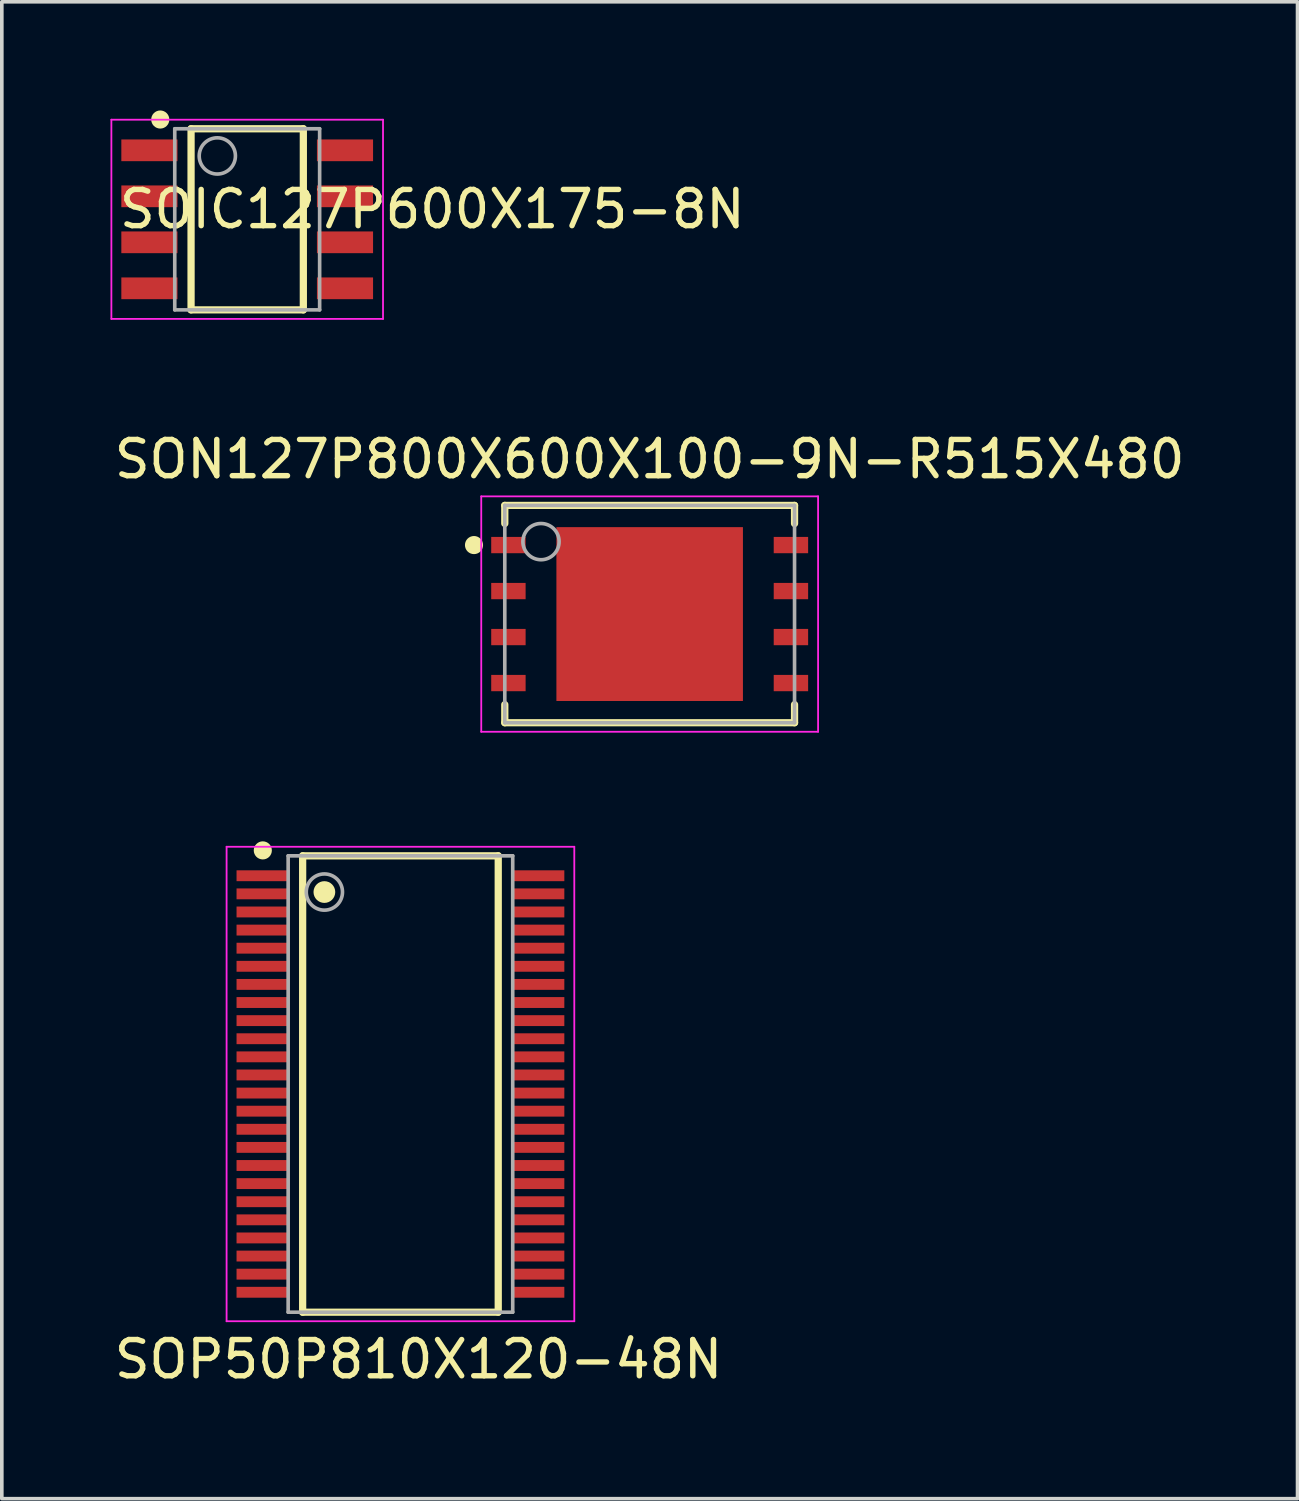
<source format=kicad_pcb>
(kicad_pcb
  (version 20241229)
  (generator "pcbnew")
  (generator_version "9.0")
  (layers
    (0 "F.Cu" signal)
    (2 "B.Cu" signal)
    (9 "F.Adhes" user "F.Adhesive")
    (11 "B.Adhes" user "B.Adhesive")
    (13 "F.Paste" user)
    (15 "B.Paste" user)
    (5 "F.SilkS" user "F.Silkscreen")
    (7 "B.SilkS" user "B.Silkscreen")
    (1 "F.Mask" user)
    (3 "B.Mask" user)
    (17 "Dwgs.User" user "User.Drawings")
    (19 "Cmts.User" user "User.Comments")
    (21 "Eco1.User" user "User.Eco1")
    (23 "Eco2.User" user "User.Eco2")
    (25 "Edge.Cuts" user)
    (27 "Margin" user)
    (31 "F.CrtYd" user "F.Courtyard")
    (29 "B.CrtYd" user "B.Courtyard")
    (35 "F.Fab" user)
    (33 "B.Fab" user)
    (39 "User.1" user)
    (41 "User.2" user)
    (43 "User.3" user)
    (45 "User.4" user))
  (footprint "SON127P800X600X100-9N-R515X480"
    (layer "F.Cu")
    (at 14.887 13.904)
    (property "Reference" "SON127P800X600X100-9N-R515X480" (at 0 -4.276 0) (layer "F.SilkS") (effects (font (size 1 1) (thickness 0.15))))
    (attr smd)
    (fp_line (start -4 -3) (end 4 -3) (stroke (width 0.2) (type solid)) (layer "F.SilkS"))
    (fp_line (start -4 -2.5) (end -4 -3) (stroke (width 0.2) (type solid)) (layer "F.SilkS"))
    (fp_line (start -4 3) (end -4 2.5) (stroke (width 0.2) (type solid)) (layer "F.SilkS"))
    (fp_line (start -4 3) (end 4 3) (stroke (width 0.2) (type solid)) (layer "F.SilkS"))
    (fp_line (start 4 -2.5) (end 4 -3) (stroke (width 0.2) (type solid)) (layer "F.SilkS"))
    (fp_line (start 4 3) (end 4 2.5) (stroke (width 0.2) (type solid)) (layer "F.SilkS"))
    (fp_circle (center -4.85 -1.905) (end -4.725 -1.905) (stroke (width 0.25) (type solid)) (fill no) (layer "F.SilkS"))
    (fp_line (start -4.65 -3.25) (end 4.65 -3.25) (stroke (width 0.05) (type solid)) (layer "F.CrtYd"))
    (fp_line (start -4.65 3.25) (end -4.65 -3.25) (stroke (width 0.05) (type solid)) (layer "F.CrtYd"))
    (fp_line (start -4.65 3.25) (end 4.65 3.25) (stroke (width 0.05) (type solid)) (layer "F.CrtYd"))
    (fp_line (start 4.65 3.25) (end 4.65 -3.25) (stroke (width 0.05) (type solid)) (layer "F.CrtYd"))
    (fp_line (start -4 -3) (end 4 -3) (stroke (width 0.1) (type solid)) (layer "F.Fab"))
    (fp_line (start -4 3) (end -4 -3) (stroke (width 0.1) (type solid)) (layer "F.Fab"))
    (fp_line (start -4 3) (end 4 3) (stroke (width 0.1) (type solid)) (layer "F.Fab"))
    (fp_line (start 4 3) (end 4 -3) (stroke (width 0.1) (type solid)) (layer "F.Fab"))
    (fp_circle (center -3 -2) (end -2.5 -2) (stroke (width 0.1) (type solid)) (fill no) (layer "F.Fab"))
    (pad "1" smd rect (at -3.9 -1.905) (size 0.95 0.45) (layers "F.Cu" "F.Mask" "F.Paste"))
    (pad "2" smd rect (at -3.9 -0.635) (size 0.95 0.45) (layers "F.Cu" "F.Mask" "F.Paste"))
    (pad "3" smd rect (at -3.9 0.635) (size 0.95 0.45) (layers "F.Cu" "F.Mask" "F.Paste"))
    (pad "4" smd rect (at -3.9 1.905) (size 0.95 0.45) (layers "F.Cu" "F.Mask" "F.Paste"))
    (pad "5" smd rect (at 3.9 1.905) (size 0.95 0.45) (layers "F.Cu" "F.Mask" "F.Paste"))
    (pad "6" smd rect (at 3.9 0.635) (size 0.95 0.45) (layers "F.Cu" "F.Mask" "F.Paste"))
    (pad "7" smd rect (at 3.9 -0.635) (size 0.95 0.45) (layers "F.Cu" "F.Mask" "F.Paste"))
    (pad "8" smd rect (at 3.9 -1.905) (size 0.95 0.45) (layers "F.Cu" "F.Mask" "F.Paste"))
    (pad "9" smd rect (at 0 0) (size 5.15 4.8) (layers "F.Cu" "F.Mask" "F.Paste")))
  (footprint "SOP50P810X120-48N"
    (layer "F.Cu")
    (at 8.006 26.879)
    (property "Reference" "SOP50P810X120-48N" (at 0.5 7.6 0) (layer "F.SilkS") (effects (font (size 1 1) (thickness 0.15))))
    (attr smd)
    (fp_line (start -2.7 -6.3) (end 2.7 -6.3) (stroke (width 0.2) (type solid)) (layer "F.SilkS"))
    (fp_line (start -2.7 6.3) (end -2.7 -6.3) (stroke (width 0.2) (type solid)) (layer "F.SilkS"))
    (fp_line (start -2.7 6.3) (end 2.7 6.3) (stroke (width 0.2) (type solid)) (layer "F.SilkS"))
    (fp_line (start 2.7 6.3) (end 2.7 -6.3) (stroke (width 0.2) (type solid)) (layer "F.SilkS"))
    (fp_circle (center -3.8 -6.45) (end -3.675 -6.45) (stroke (width 0.25) (type solid)) (fill no) (layer "F.SilkS"))
    (fp_circle (center -2.1 -5.3) (end -1.95 -5.3) (stroke (width 0.3) (type solid)) (fill no) (layer "F.SilkS"))
    (fp_line (start -4.8 -6.55) (end 4.8 -6.55) (stroke (width 0.05) (type solid)) (layer "F.CrtYd"))
    (fp_line (start -4.8 6.55) (end -4.8 -6.55) (stroke (width 0.05) (type solid)) (layer "F.CrtYd"))
    (fp_line (start -4.8 6.55) (end 4.8 6.55) (stroke (width 0.05) (type solid)) (layer "F.CrtYd"))
    (fp_line (start 4.8 6.55) (end 4.8 -6.55) (stroke (width 0.05) (type solid)) (layer "F.CrtYd"))
    (fp_line (start -3.1 -6.3) (end 3.1 -6.3) (stroke (width 0.1) (type solid)) (layer "F.Fab"))
    (fp_line (start -3.1 6.3) (end -3.1 -6.3) (stroke (width 0.1) (type solid)) (layer "F.Fab"))
    (fp_line (start -3.1 6.3) (end 3.1 6.3) (stroke (width 0.1) (type solid)) (layer "F.Fab"))
    (fp_line (start 3.1 6.3) (end 3.1 -6.3) (stroke (width 0.1) (type solid)) (layer "F.Fab"))
    (fp_circle (center -2.1 -5.3) (end -1.6 -5.3) (stroke (width 0.1) (type solid)) (fill no) (layer "F.Fab"))
    (pad "1" smd rect (at -3.8 -5.75 90) (size 0.3 1.45) (layers "F.Cu" "F.Mask" "F.Paste"))
    (pad "2" smd rect (at -3.8 -5.25 90) (size 0.3 1.45) (layers "F.Cu" "F.Mask" "F.Paste"))
    (pad "3" smd rect (at -3.8 -4.75 90) (size 0.3 1.45) (layers "F.Cu" "F.Mask" "F.Paste"))
    (pad "4" smd rect (at -3.8 -4.25 90) (size 0.3 1.45) (layers "F.Cu" "F.Mask" "F.Paste"))
    (pad "5" smd rect (at -3.8 -3.75 90) (size 0.3 1.45) (layers "F.Cu" "F.Mask" "F.Paste"))
    (pad "6" smd rect (at -3.8 -3.25 90) (size 0.3 1.45) (layers "F.Cu" "F.Mask" "F.Paste"))
    (pad "7" smd rect (at -3.8 -2.75 90) (size 0.3 1.45) (layers "F.Cu" "F.Mask" "F.Paste"))
    (pad "8" smd rect (at -3.8 -2.25 90) (size 0.3 1.45) (layers "F.Cu" "F.Mask" "F.Paste"))
    (pad "9" smd rect (at -3.8 -1.75 90) (size 0.3 1.45) (layers "F.Cu" "F.Mask" "F.Paste"))
    (pad "10" smd rect (at -3.8 -1.25 90) (size 0.3 1.45) (layers "F.Cu" "F.Mask" "F.Paste"))
    (pad "11" smd rect (at -3.8 -0.75 90) (size 0.3 1.45) (layers "F.Cu" "F.Mask" "F.Paste"))
    (pad "12" smd rect (at -3.8 -0.25 90) (size 0.3 1.45) (layers "F.Cu" "F.Mask" "F.Paste"))
    (pad "13" smd rect (at -3.8 0.25 90) (size 0.3 1.45) (layers "F.Cu" "F.Mask" "F.Paste"))
    (pad "14" smd rect (at -3.8 0.75 90) (size 0.3 1.45) (layers "F.Cu" "F.Mask" "F.Paste"))
    (pad "15" smd rect (at -3.8 1.25 90) (size 0.3 1.45) (layers "F.Cu" "F.Mask" "F.Paste"))
    (pad "16" smd rect (at -3.8 1.75 90) (size 0.3 1.45) (layers "F.Cu" "F.Mask" "F.Paste"))
    (pad "17" smd rect (at -3.8 2.25 90) (size 0.3 1.45) (layers "F.Cu" "F.Mask" "F.Paste"))
    (pad "18" smd rect (at -3.8 2.75 90) (size 0.3 1.45) (layers "F.Cu" "F.Mask" "F.Paste"))
    (pad "19" smd rect (at -3.8 3.25 90) (size 0.3 1.45) (layers "F.Cu" "F.Mask" "F.Paste"))
    (pad "20" smd rect (at -3.8 3.75 90) (size 0.3 1.45) (layers "F.Cu" "F.Mask" "F.Paste"))
    (pad "21" smd rect (at -3.8 4.25 90) (size 0.3 1.45) (layers "F.Cu" "F.Mask" "F.Paste"))
    (pad "22" smd rect (at -3.8 4.75 90) (size 0.3 1.45) (layers "F.Cu" "F.Mask" "F.Paste"))
    (pad "23" smd rect (at -3.8 5.25 90) (size 0.3 1.45) (layers "F.Cu" "F.Mask" "F.Paste"))
    (pad "24" smd rect (at -3.8 5.75 90) (size 0.3 1.45) (layers "F.Cu" "F.Mask" "F.Paste"))
    (pad "25" smd rect (at 3.8 5.75 90) (size 0.3 1.45) (layers "F.Cu" "F.Mask" "F.Paste"))
    (pad "26" smd rect (at 3.8 5.25 90) (size 0.3 1.45) (layers "F.Cu" "F.Mask" "F.Paste"))
    (pad "27" smd rect (at 3.8 4.75 90) (size 0.3 1.45) (layers "F.Cu" "F.Mask" "F.Paste"))
    (pad "28" smd rect (at 3.8 4.25 90) (size 0.3 1.45) (layers "F.Cu" "F.Mask" "F.Paste"))
    (pad "29" smd rect (at 3.8 3.75 90) (size 0.3 1.45) (layers "F.Cu" "F.Mask" "F.Paste"))
    (pad "30" smd rect (at 3.8 3.25 90) (size 0.3 1.45) (layers "F.Cu" "F.Mask" "F.Paste"))
    (pad "31" smd rect (at 3.8 2.75 90) (size 0.3 1.45) (layers "F.Cu" "F.Mask" "F.Paste"))
    (pad "32" smd rect (at 3.8 2.25 90) (size 0.3 1.45) (layers "F.Cu" "F.Mask" "F.Paste"))
    (pad "33" smd rect (at 3.8 1.75 90) (size 0.3 1.45) (layers "F.Cu" "F.Mask" "F.Paste"))
    (pad "34" smd rect (at 3.8 1.25 90) (size 0.3 1.45) (layers "F.Cu" "F.Mask" "F.Paste"))
    (pad "35" smd rect (at 3.8 0.75 90) (size 0.3 1.45) (layers "F.Cu" "F.Mask" "F.Paste"))
    (pad "36" smd rect (at 3.8 0.25 90) (size 0.3 1.45) (layers "F.Cu" "F.Mask" "F.Paste"))
    (pad "37" smd rect (at 3.8 -0.25 90) (size 0.3 1.45) (layers "F.Cu" "F.Mask" "F.Paste"))
    (pad "38" smd rect (at 3.8 -0.75 90) (size 0.3 1.45) (layers "F.Cu" "F.Mask" "F.Paste"))
    (pad "39" smd rect (at 3.8 -1.25 90) (size 0.3 1.45) (layers "F.Cu" "F.Mask" "F.Paste"))
    (pad "40" smd rect (at 3.8 -1.75 90) (size 0.3 1.45) (layers "F.Cu" "F.Mask" "F.Paste"))
    (pad "41" smd rect (at 3.8 -2.25 90) (size 0.3 1.45) (layers "F.Cu" "F.Mask" "F.Paste"))
    (pad "42" smd rect (at 3.8 -2.75 90) (size 0.3 1.45) (layers "F.Cu" "F.Mask" "F.Paste"))
    (pad "43" smd rect (at 3.8 -3.25 90) (size 0.3 1.45) (layers "F.Cu" "F.Mask" "F.Paste"))
    (pad "44" smd rect (at 3.8 -3.75 90) (size 0.3 1.45) (layers "F.Cu" "F.Mask" "F.Paste"))
    (pad "45" smd rect (at 3.8 -4.25 90) (size 0.3 1.45) (layers "F.Cu" "F.Mask" "F.Paste"))
    (pad "46" smd rect (at 3.8 -4.75 90) (size 0.3 1.45) (layers "F.Cu" "F.Mask" "F.Paste"))
    (pad "47" smd rect (at 3.8 -5.25 90) (size 0.3 1.45) (layers "F.Cu" "F.Mask" "F.Paste"))
    (pad "48" smd rect (at 3.8 -5.75 90) (size 0.3 1.45) (layers "F.Cu" "F.Mask" "F.Paste")))
  (footprint "SOIC127P600X175-8N"
    (layer "F.Cu")
    (at 3.775 3.005)
    (property "Reference" "SOIC127P600X175-8N" (at 5.11 -0.28 0) (layer "F.SilkS") (effects (font (size 1 1) (thickness 0.15))))
    (attr smd)
    (fp_line (start -1.55 -2.5) (end 1.55 -2.5) (stroke (width 0.2) (type solid)) (layer "F.SilkS"))
    (fp_line (start -1.55 2.5) (end -1.55 -2.5) (stroke (width 0.2) (type solid)) (layer "F.SilkS"))
    (fp_line (start -1.55 2.5) (end 1.55 2.5) (stroke (width 0.2) (type solid)) (layer "F.SilkS"))
    (fp_line (start 1.55 2.5) (end 1.55 -2.5) (stroke (width 0.2) (type solid)) (layer "F.SilkS"))
    (fp_circle (center -2.4 -2.755) (end -2.275 -2.755) (stroke (width 0.25) (type solid)) (fill no) (layer "F.SilkS"))
    (fp_line (start -3.75 -2.75) (end 3.75 -2.75) (stroke (width 0.05) (type solid)) (layer "F.CrtYd"))
    (fp_line (start -3.75 2.75) (end -3.75 -2.75) (stroke (width 0.05) (type solid)) (layer "F.CrtYd"))
    (fp_line (start -3.75 2.75) (end 3.75 2.75) (stroke (width 0.05) (type solid)) (layer "F.CrtYd"))
    (fp_line (start 3.75 2.75) (end 3.75 -2.75) (stroke (width 0.05) (type solid)) (layer "F.CrtYd"))
    (fp_line (start -2 -2.5) (end 2 -2.5) (stroke (width 0.1) (type solid)) (layer "F.Fab"))
    (fp_line (start -2 2.5) (end -2 -2.5) (stroke (width 0.1) (type solid)) (layer "F.Fab"))
    (fp_line (start -2 2.5) (end 2 2.5) (stroke (width 0.1) (type solid)) (layer "F.Fab"))
    (fp_line (start 2 2.5) (end 2 -2.5) (stroke (width 0.1) (type solid)) (layer "F.Fab"))
    (fp_circle (center -0.825 -1.75) (end -0.325 -1.75) (stroke (width 0.1) (type solid)) (fill no) (layer "F.Fab"))
    (pad "1" smd rect (at -2.7 -1.905 90) (size 0.6 1.55) (layers "F.Cu" "F.Mask" "F.Paste"))
    (pad "2" smd rect (at -2.7 -0.635 90) (size 0.6 1.55) (layers "F.Cu" "F.Mask" "F.Paste"))
    (pad "3" smd rect (at -2.7 0.635 90) (size 0.6 1.55) (layers "F.Cu" "F.Mask" "F.Paste"))
    (pad "4" smd rect (at -2.7 1.905 90) (size 0.6 1.55) (layers "F.Cu" "F.Mask" "F.Paste"))
    (pad "5" smd rect (at 2.7 1.905 90) (size 0.6 1.55) (layers "F.Cu" "F.Mask" "F.Paste"))
    (pad "6" smd rect (at 2.7 0.635 90) (size 0.6 1.55) (layers "F.Cu" "F.Mask" "F.Paste"))
    (pad "7" smd rect (at 2.7 -0.635 90) (size 0.6 1.55) (layers "F.Cu" "F.Mask" "F.Paste"))
    (pad "8" smd rect (at 2.7 -1.905 90) (size 0.6 1.55) (layers "F.Cu" "F.Mask" "F.Paste")))
  (gr_rect
    (start -3 -3)
    (end 32.774 38.328)
    (stroke (width 0.1) (type default))
    (fill no)
    (layer "Edge.Cuts")))
</source>
